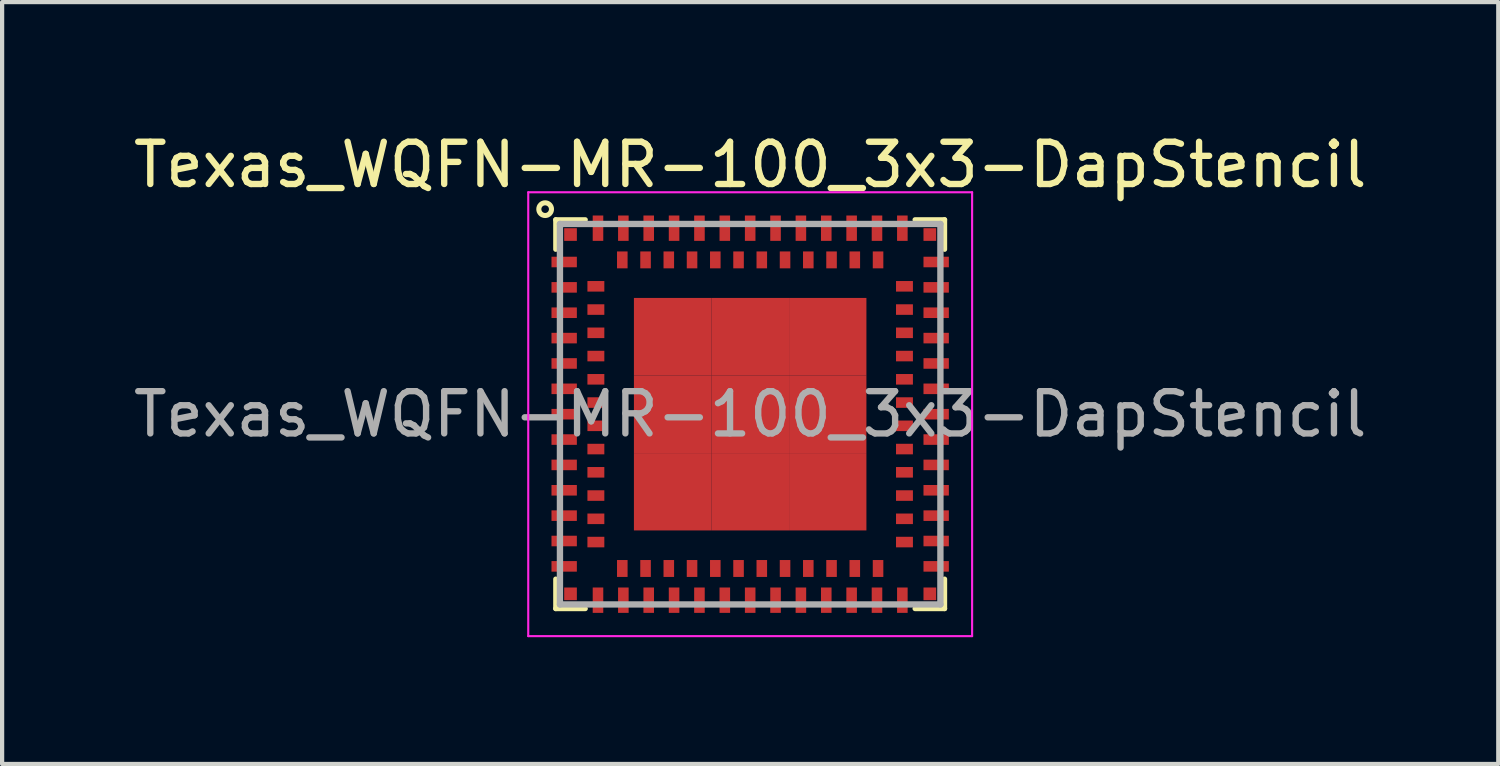
<source format=kicad_pcb>
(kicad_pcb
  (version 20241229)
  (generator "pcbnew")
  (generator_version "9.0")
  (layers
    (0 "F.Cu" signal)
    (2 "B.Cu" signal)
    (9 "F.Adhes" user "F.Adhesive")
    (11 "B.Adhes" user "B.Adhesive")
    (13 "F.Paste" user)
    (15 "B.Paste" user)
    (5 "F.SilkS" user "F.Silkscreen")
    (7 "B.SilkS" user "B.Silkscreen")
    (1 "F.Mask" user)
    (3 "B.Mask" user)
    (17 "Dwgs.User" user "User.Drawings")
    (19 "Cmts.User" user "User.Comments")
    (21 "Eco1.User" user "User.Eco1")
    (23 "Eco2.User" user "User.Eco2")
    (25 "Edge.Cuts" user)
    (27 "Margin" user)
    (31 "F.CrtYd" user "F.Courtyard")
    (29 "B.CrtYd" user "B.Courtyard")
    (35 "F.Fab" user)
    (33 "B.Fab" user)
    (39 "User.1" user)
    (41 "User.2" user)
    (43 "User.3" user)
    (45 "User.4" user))
  (footprint "Texas_WQFN-MR-100_3x3-DapStencil"
    (layer "F.Cu")
    (at 14.696 6.748)
    (property "Reference" "Texas_WQFN-MR-100_3x3-DapStencil" (at 0 -5.9 0) (layer "F.SilkS") (effects (font (size 1 1) (thickness 0.15))))
    (attr smd)
    (fp_line (start -4.6 -4.6) (end -3.9 -4.6) (stroke (width 0.12) (type solid)) (layer "F.SilkS"))
    (fp_line (start -4.6 -3.9) (end -4.6 -4.6) (stroke (width 0.12) (type solid)) (layer "F.SilkS"))
    (fp_line (start -4.6 3.9) (end -4.6 4.6) (stroke (width 0.12) (type solid)) (layer "F.SilkS"))
    (fp_line (start -4.6 4.6) (end -3.9 4.6) (stroke (width 0.12) (type solid)) (layer "F.SilkS"))
    (fp_line (start 4.6 -4.6) (end 3.9 -4.6) (stroke (width 0.12) (type solid)) (layer "F.SilkS"))
    (fp_line (start 4.6 -3.9) (end 4.6 -4.6) (stroke (width 0.12) (type solid)) (layer "F.SilkS"))
    (fp_line (start 4.6 3.9) (end 4.6 4.6) (stroke (width 0.12) (type solid)) (layer "F.SilkS"))
    (fp_line (start 4.6 4.6) (end 3.9 4.6) (stroke (width 0.12) (type solid)) (layer "F.SilkS"))
    (fp_circle (center -4.85 -4.85) (end -5 -4.85) (stroke (width 0.12) (type solid)) (fill no) (layer "F.SilkS"))
    (fp_line (start -5.25 -5.25) (end 5.25 -5.25) (stroke (width 0.05) (type solid)) (layer "F.CrtYd"))
    (fp_line (start -5.25 5.25) (end -5.25 -5.25) (stroke (width 0.05) (type solid)) (layer "F.CrtYd"))
    (fp_line (start 5.25 -5.25) (end 5.25 5.25) (stroke (width 0.05) (type solid)) (layer "F.CrtYd"))
    (fp_line (start 5.25 5.25) (end -5.25 5.25) (stroke (width 0.05) (type solid)) (layer "F.CrtYd"))
    (fp_line (start -4.5 -4.5) (end -4.5 4.5) (stroke (width 0.15) (type solid)) (layer "F.Fab"))
    (fp_line (start -4.5 -4.5) (end 4.5 -4.5) (stroke (width 0.15) (type solid)) (layer "F.Fab"))
    (fp_line (start -4.5 4.5) (end 4.5 4.5) (stroke (width 0.15) (type solid)) (layer "F.Fab"))
    (fp_line (start 4.5 -4.5) (end 4.5 4.5) (stroke (width 0.15) (type solid)) (layer "F.Fab"))
    (fp_text user "${REFERENCE}" (at 0 0 0) (layer "F.Fab") (effects (font (size 1 1) (thickness 0.15))))
    (pad "A1" smd rect (at -4.4 -3.6 90) (size 0.25 0.6) (layers "F.Cu" "F.Mask" "F.Paste"))
    (pad "A2" smd rect (at -4.4 -3 90) (size 0.25 0.6) (layers "F.Cu" "F.Mask" "F.Paste"))
    (pad "A3" smd rect (at -4.4 -2.4 90) (size 0.25 0.6) (layers "F.Cu" "F.Mask" "F.Paste"))
    (pad "A4" smd rect (at -4.4 -1.8 90) (size 0.25 0.6) (layers "F.Cu" "F.Mask" "F.Paste"))
    (pad "A5" smd rect (at -4.4 -1.2 90) (size 0.25 0.6) (layers "F.Cu" "F.Mask" "F.Paste"))
    (pad "A6" smd rect (at -4.4 -0.6 90) (size 0.25 0.6) (layers "F.Cu" "F.Mask" "F.Paste"))
    (pad "A7" smd rect (at -4.4 0 90) (size 0.25 0.6) (layers "F.Cu" "F.Mask" "F.Paste"))
    (pad "A8" smd rect (at -4.4 0.6 90) (size 0.25 0.6) (layers "F.Cu" "F.Mask" "F.Paste"))
    (pad "A9" smd rect (at -4.4 1.2 90) (size 0.25 0.6) (layers "F.Cu" "F.Mask" "F.Paste"))
    (pad "A10" smd rect (at -4.4 1.8 90) (size 0.25 0.6) (layers "F.Cu" "F.Mask" "F.Paste"))
    (pad "A11" smd rect (at -4.4 2.4 90) (size 0.25 0.6) (layers "F.Cu" "F.Mask" "F.Paste"))
    (pad "A12" smd rect (at -4.4 3 90) (size 0.25 0.6) (layers "F.Cu" "F.Mask" "F.Paste"))
    (pad "A13" smd rect (at -4.4 3.6 90) (size 0.25 0.6) (layers "F.Cu" "F.Mask" "F.Paste"))
    (pad "A14" smd rect (at -3.6 4.4) (size 0.25 0.6) (layers "F.Cu" "F.Mask" "F.Paste"))
    (pad "A15" smd rect (at -3 4.4) (size 0.25 0.6) (layers "F.Cu" "F.Mask" "F.Paste"))
    (pad "A16" smd rect (at -2.4 4.4) (size 0.25 0.6) (layers "F.Cu" "F.Mask" "F.Paste"))
    (pad "A17" smd rect (at -1.8 4.4) (size 0.25 0.6) (layers "F.Cu" "F.Mask" "F.Paste"))
    (pad "A18" smd rect (at -1.2 4.4) (size 0.25 0.6) (layers "F.Cu" "F.Mask" "F.Paste"))
    (pad "A19" smd rect (at -0.6 4.4) (size 0.25 0.6) (layers "F.Cu" "F.Mask" "F.Paste"))
    (pad "A20" smd rect (at 0 4.4) (size 0.25 0.6) (layers "F.Cu" "F.Mask" "F.Paste"))
    (pad "A21" smd rect (at 0.6 4.4) (size 0.25 0.6) (layers "F.Cu" "F.Mask" "F.Paste"))
    (pad "A22" smd rect (at 1.2 4.4) (size 0.25 0.6) (layers "F.Cu" "F.Mask" "F.Paste"))
    (pad "A23" smd rect (at 1.8 4.4) (size 0.25 0.6) (layers "F.Cu" "F.Mask" "F.Paste"))
    (pad "A24" smd rect (at 2.4 4.4) (size 0.25 0.6) (layers "F.Cu" "F.Mask" "F.Paste"))
    (pad "A25" smd rect (at 3 4.4) (size 0.25 0.6) (layers "F.Cu" "F.Mask" "F.Paste"))
    (pad "A26" smd rect (at 3.6 4.4) (size 0.25 0.6) (layers "F.Cu" "F.Mask" "F.Paste"))
    (pad "A27" smd rect (at 4.4 3.6 90) (size 0.25 0.6) (layers "F.Cu" "F.Mask" "F.Paste"))
    (pad "A28" smd rect (at 4.4 3 90) (size 0.25 0.6) (layers "F.Cu" "F.Mask" "F.Paste"))
    (pad "A29" smd rect (at 4.4 2.4 90) (size 0.25 0.6) (layers "F.Cu" "F.Mask" "F.Paste"))
    (pad "A30" smd rect (at 4.4 1.8 90) (size 0.25 0.6) (layers "F.Cu" "F.Mask" "F.Paste"))
    (pad "A31" smd rect (at 4.4 1.2 90) (size 0.25 0.6) (layers "F.Cu" "F.Mask" "F.Paste"))
    (pad "A32" smd rect (at 4.4 0.6 90) (size 0.25 0.6) (layers "F.Cu" "F.Mask" "F.Paste"))
    (pad "A33" smd rect (at 4.4 0 90) (size 0.25 0.6) (layers "F.Cu" "F.Mask" "F.Paste"))
    (pad "A34" smd rect (at 4.4 -0.6 90) (size 0.25 0.6) (layers "F.Cu" "F.Mask" "F.Paste"))
    (pad "A35" smd rect (at 4.4 -1.2 90) (size 0.25 0.6) (layers "F.Cu" "F.Mask" "F.Paste"))
    (pad "A36" smd rect (at 4.4 -1.8 90) (size 0.25 0.6) (layers "F.Cu" "F.Mask" "F.Paste"))
    (pad "A37" smd rect (at 4.4 -2.4 90) (size 0.25 0.6) (layers "F.Cu" "F.Mask" "F.Paste"))
    (pad "A38" smd rect (at 4.4 -3 90) (size 0.25 0.6) (layers "F.Cu" "F.Mask" "F.Paste"))
    (pad "A39" smd rect (at 4.4 -3.6 90) (size 0.25 0.6) (layers "F.Cu" "F.Mask" "F.Paste"))
    (pad "A40" smd rect (at 3.6 -4.4) (size 0.25 0.6) (layers "F.Cu" "F.Mask" "F.Paste"))
    (pad "A41" smd rect (at 3 -4.4) (size 0.25 0.6) (layers "F.Cu" "F.Mask" "F.Paste"))
    (pad "A42" smd rect (at 2.4 -4.4) (size 0.25 0.6) (layers "F.Cu" "F.Mask" "F.Paste"))
    (pad "A43" smd rect (at 1.8 -4.4) (size 0.25 0.6) (layers "F.Cu" "F.Mask" "F.Paste"))
    (pad "A44" smd rect (at 1.2 -4.4) (size 0.25 0.6) (layers "F.Cu" "F.Mask" "F.Paste"))
    (pad "A45" smd rect (at 0.6 -4.4) (size 0.25 0.6) (layers "F.Cu" "F.Mask" "F.Paste"))
    (pad "A46" smd rect (at 0 -4.4) (size 0.25 0.6) (layers "F.Cu" "F.Mask" "F.Paste"))
    (pad "A47" smd rect (at -0.6 -4.4) (size 0.25 0.6) (layers "F.Cu" "F.Mask" "F.Paste"))
    (pad "A48" smd rect (at -1.2 -4.4) (size 0.25 0.6) (layers "F.Cu" "F.Mask" "F.Paste"))
    (pad "A49" smd rect (at -1.8 -4.4) (size 0.25 0.6) (layers "F.Cu" "F.Mask" "F.Paste"))
    (pad "A50" smd rect (at -2.4 -4.4) (size 0.25 0.6) (layers "F.Cu" "F.Mask" "F.Paste"))
    (pad "A51" smd rect (at -3 -4.4) (size 0.25 0.6) (layers "F.Cu" "F.Mask" "F.Paste"))
    (pad "A52" smd rect (at -3.6 -4.4) (size 0.25 0.6) (layers "F.Cu" "F.Mask" "F.Paste"))
    (pad "A53" smd rect (at -1.835 -1.835) (size 1.83 1.83) (layers "F.Cu" "F.Mask" "F.Paste"))
    (pad "A53" smd rect (at -1.835 0) (size 1.83 1.84) (layers "F.Cu" "F.Mask" "F.Paste"))
    (pad "A53" smd rect (at -1.835 1.835) (size 1.83 1.83) (layers "F.Cu" "F.Mask" "F.Paste"))
    (pad "A53" smd rect (at 0 -1.835) (size 1.84 1.83) (layers "F.Cu" "F.Mask" "F.Paste"))
    (pad "A53" smd rect (at 0 0) (size 1.84 1.84) (layers "F.Cu" "F.Mask" "F.Paste"))
    (pad "A53" smd rect (at 0 1.835) (size 1.84 1.83) (layers "F.Cu" "F.Mask" "F.Paste"))
    (pad "A53" smd rect (at 1.835 -1.835) (size 1.83 1.83) (layers "F.Cu" "F.Mask" "F.Paste"))
    (pad "A53" smd rect (at 1.835 0) (size 1.83 1.84) (layers "F.Cu" "F.Mask" "F.Paste"))
    (pad "A53" smd rect (at 1.835 1.835) (size 1.83 1.83) (layers "F.Cu" "F.Mask" "F.Paste"))
    (pad "B1" smd rect (at -3.65 -3.025 90) (size 0.25 0.4) (layers "F.Cu" "F.Mask" "F.Paste"))
    (pad "B2" smd rect (at -3.65 -2.475 90) (size 0.25 0.4) (layers "F.Cu" "F.Mask" "F.Paste"))
    (pad "B3" smd rect (at -3.65 -1.925 90) (size 0.25 0.4) (layers "F.Cu" "F.Mask" "F.Paste"))
    (pad "B4" smd rect (at -3.65 -1.375 90) (size 0.25 0.4) (layers "F.Cu" "F.Mask" "F.Paste"))
    (pad "B5" smd rect (at -3.65 -0.825 90) (size 0.25 0.4) (layers "F.Cu" "F.Mask" "F.Paste"))
    (pad "B6" smd rect (at -3.65 -0.275 90) (size 0.25 0.4) (layers "F.Cu" "F.Mask" "F.Paste"))
    (pad "B7" smd rect (at -3.65 0.275 90) (size 0.25 0.4) (layers "F.Cu" "F.Mask" "F.Paste"))
    (pad "B8" smd rect (at -3.65 0.825 90) (size 0.25 0.4) (layers "F.Cu" "F.Mask" "F.Paste"))
    (pad "B9" smd rect (at -3.65 1.375 90) (size 0.25 0.4) (layers "F.Cu" "F.Mask" "F.Paste"))
    (pad "B10" smd rect (at -3.65 1.925 90) (size 0.25 0.4) (layers "F.Cu" "F.Mask" "F.Paste"))
    (pad "B11" smd rect (at -3.65 2.475 90) (size 0.25 0.4) (layers "F.Cu" "F.Mask" "F.Paste"))
    (pad "B12" smd rect (at -3.65 3.025 90) (size 0.25 0.4) (layers "F.Cu" "F.Mask" "F.Paste"))
    (pad "B13" smd rect (at -3.025 3.65) (size 0.25 0.4) (layers "F.Cu" "F.Mask" "F.Paste"))
    (pad "B14" smd rect (at -2.475 3.65) (size 0.25 0.4) (layers "F.Cu" "F.Mask" "F.Paste"))
    (pad "B15" smd rect (at -1.925 3.65) (size 0.25 0.4) (layers "F.Cu" "F.Mask" "F.Paste"))
    (pad "B16" smd rect (at -1.375 3.65) (size 0.25 0.4) (layers "F.Cu" "F.Mask" "F.Paste"))
    (pad "B17" smd rect (at -0.825 3.65) (size 0.25 0.4) (layers "F.Cu" "F.Mask" "F.Paste"))
    (pad "B18" smd rect (at -0.275 3.65) (size 0.25 0.4) (layers "F.Cu" "F.Mask" "F.Paste"))
    (pad "B19" smd rect (at 0.275 3.65) (size 0.25 0.4) (layers "F.Cu" "F.Mask" "F.Paste"))
    (pad "B20" smd rect (at 0.825 3.65) (size 0.25 0.4) (layers "F.Cu" "F.Mask" "F.Paste"))
    (pad "B21" smd rect (at 1.375 3.65) (size 0.25 0.4) (layers "F.Cu" "F.Mask" "F.Paste"))
    (pad "B22" smd rect (at 1.925 3.65) (size 0.25 0.4) (layers "F.Cu" "F.Mask" "F.Paste"))
    (pad "B23" smd rect (at 2.475 3.65) (size 0.25 0.4) (layers "F.Cu" "F.Mask" "F.Paste"))
    (pad "B24" smd rect (at 3.025 3.65) (size 0.25 0.4) (layers "F.Cu" "F.Mask" "F.Paste"))
    (pad "B25" smd rect (at 3.65 3.025 90) (size 0.25 0.4) (layers "F.Cu" "F.Mask" "F.Paste"))
    (pad "B26" smd rect (at 3.65 2.475 90) (size 0.25 0.4) (layers "F.Cu" "F.Mask" "F.Paste"))
    (pad "B27" smd rect (at 3.65 1.925 90) (size 0.25 0.4) (layers "F.Cu" "F.Mask" "F.Paste"))
    (pad "B28" smd rect (at 3.65 1.375 90) (size 0.25 0.4) (layers "F.Cu" "F.Mask" "F.Paste"))
    (pad "B29" smd rect (at 3.65 0.825 90) (size 0.25 0.4) (layers "F.Cu" "F.Mask" "F.Paste"))
    (pad "B30" smd rect (at 3.65 0.275 90) (size 0.25 0.4) (layers "F.Cu" "F.Mask" "F.Paste"))
    (pad "B31" smd rect (at 3.65 -0.275 90) (size 0.25 0.4) (layers "F.Cu" "F.Mask" "F.Paste"))
    (pad "B32" smd rect (at 3.65 -0.825 90) (size 0.25 0.4) (layers "F.Cu" "F.Mask" "F.Paste"))
    (pad "B33" smd rect (at 3.65 -1.375 90) (size 0.25 0.4) (layers "F.Cu" "F.Mask" "F.Paste"))
    (pad "B34" smd rect (at 3.65 -1.925 90) (size 0.25 0.4) (layers "F.Cu" "F.Mask" "F.Paste"))
    (pad "B35" smd rect (at 3.65 -2.475 90) (size 0.25 0.4) (layers "F.Cu" "F.Mask" "F.Paste"))
    (pad "B36" smd rect (at 3.65 -3.025 90) (size 0.25 0.4) (layers "F.Cu" "F.Mask" "F.Paste"))
    (pad "B37" smd rect (at 3.025 -3.65) (size 0.25 0.4) (layers "F.Cu" "F.Mask" "F.Paste"))
    (pad "B38" smd rect (at 2.475 -3.65) (size 0.25 0.4) (layers "F.Cu" "F.Mask" "F.Paste"))
    (pad "B39" smd rect (at 1.925 -3.65) (size 0.25 0.4) (layers "F.Cu" "F.Mask" "F.Paste"))
    (pad "B40" smd rect (at 1.375 -3.65) (size 0.25 0.4) (layers "F.Cu" "F.Mask" "F.Paste"))
    (pad "B41" smd rect (at 0.825 -3.65) (size 0.25 0.4) (layers "F.Cu" "F.Mask" "F.Paste"))
    (pad "B42" smd rect (at 0.275 -3.65) (size 0.25 0.4) (layers "F.Cu" "F.Mask" "F.Paste"))
    (pad "B43" smd rect (at -0.275 -3.65) (size 0.25 0.4) (layers "F.Cu" "F.Mask" "F.Paste"))
    (pad "B44" smd rect (at -0.825 -3.65) (size 0.25 0.4) (layers "F.Cu" "F.Mask" "F.Paste"))
    (pad "B45" smd rect (at -1.375 -3.65) (size 0.25 0.4) (layers "F.Cu" "F.Mask" "F.Paste"))
    (pad "B46" smd rect (at -1.925 -3.65) (size 0.25 0.4) (layers "F.Cu" "F.Mask" "F.Paste"))
    (pad "B47" smd rect (at -2.475 -3.65) (size 0.25 0.4) (layers "F.Cu" "F.Mask" "F.Paste"))
    (pad "B48" smd rect (at -3.025 -3.65) (size 0.25 0.4) (layers "F.Cu" "F.Mask" "F.Paste"))
    (pad "C1" smd rect (at -4.25 -4.25) (size 0.3 0.3) (layers "F.Cu" "F.Mask" "F.Paste"))
    (pad "C2" smd rect (at -4.25 4.25) (size 0.3 0.3) (layers "F.Cu" "F.Mask" "F.Paste"))
    (pad "C3" smd rect (at 4.25 4.25) (size 0.3 0.3) (layers "F.Cu" "F.Mask" "F.Paste"))
    (pad "C4" smd rect (at 4.25 -4.25) (size 0.3 0.3) (layers "F.Cu" "F.Mask" "F.Paste")))
  (gr_rect
    (start -3 -3)
    (end 32.393 15.023)
    (stroke (width 0.1) (type default))
    (fill no)
    (layer "Edge.Cuts")))
</source>
